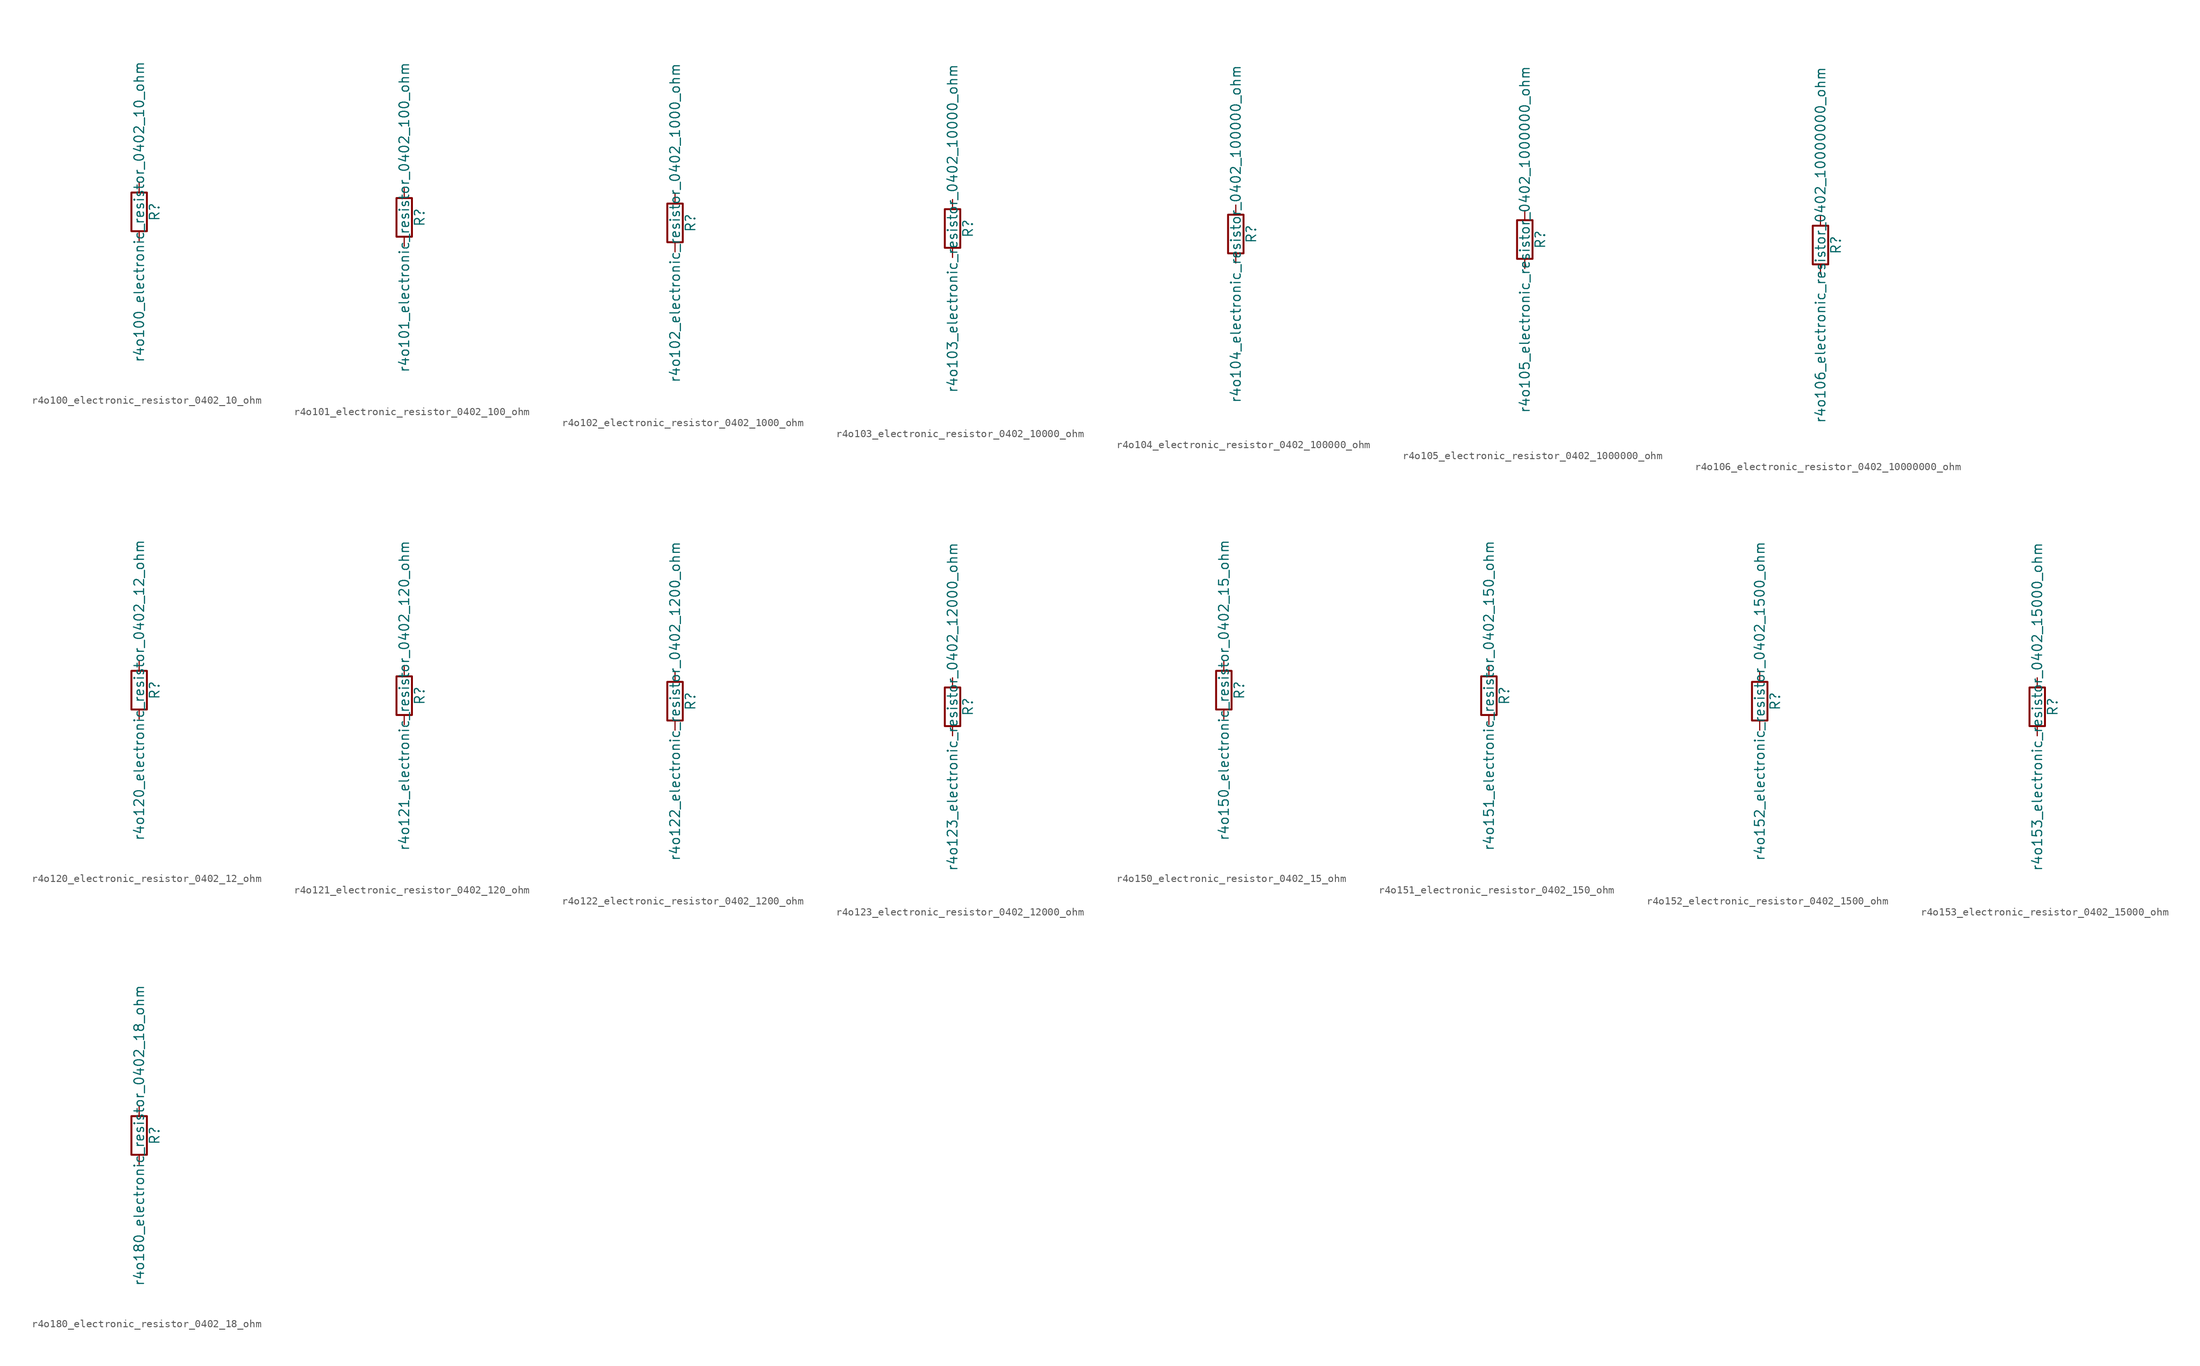
<source format=kicad_sym>
(kicad_symbol_lib
  (version 20220914)
  (generator kicad_symbol_editor)
  (symbol "r4o100_electronic_resistor_0402_10_ohm"
    (pin_numbers hide)
    (pin_names
      (offset 0))
    (property "Reference" "R"
      (at 2.032 0 90)
      (effects (font (size 1.27 1.27))))
    (property "Value" "r4o100_electronic_resistor_0402_10_ohm"
      (at 0 0 90)
      (effects (font (size 1.27 1.27))))
    (symbol "r4o100_electronic_resistor_0402_10_ohm_0_1"
      (rectangle (start -1.016 -2.54) (end 1.016 2.54) (stroke (width 0.254) (type default)) (fill (type none))))
    (symbol "r4o100_electronic_resistor_0402_10_ohm_1_1"
      (pin passive line (at 0 3.81 270) (length 1.27) (name "~" (effects (font (size 1.27 1.27)))) (number "1" (effects (font (size 1.27 1.27)))))
      (pin passive line (at 0 -3.81 90) (length 1.27) (name "~" (effects (font (size 1.27 1.27)))) (number "2" (effects (font (size 1.27 1.27)))))))
  (symbol "r4o101_electronic_resistor_0402_100_ohm"
    (pin_numbers hide)
    (pin_names
      (offset 0))
    (property "Reference" "R"
      (at 2.032 0 90)
      (effects (font (size 1.27 1.27))))
    (property "Value" "r4o101_electronic_resistor_0402_100_ohm"
      (at 0 0 90)
      (effects (font (size 1.27 1.27))))
    (symbol "r4o101_electronic_resistor_0402_100_ohm_0_1"
      (rectangle (start -1.016 -2.54) (end 1.016 2.54) (stroke (width 0.254) (type default)) (fill (type none))))
    (symbol "r4o101_electronic_resistor_0402_100_ohm_1_1"
      (pin passive line (at 0 3.81 270) (length 1.27) (name "~" (effects (font (size 1.27 1.27)))) (number "1" (effects (font (size 1.27 1.27)))))
      (pin passive line (at 0 -3.81 90) (length 1.27) (name "~" (effects (font (size 1.27 1.27)))) (number "2" (effects (font (size 1.27 1.27)))))))
  (symbol "r4o102_electronic_resistor_0402_1000_ohm"
    (pin_numbers hide)
    (pin_names
      (offset 0))
    (property "Reference" "R"
      (at 2.032 0 90)
      (effects (font (size 1.27 1.27))))
    (property "Value" "r4o102_electronic_resistor_0402_1000_ohm"
      (at 0 0 90)
      (effects (font (size 1.27 1.27))))
    (symbol "r4o102_electronic_resistor_0402_1000_ohm_0_1"
      (rectangle (start -1.016 -2.54) (end 1.016 2.54) (stroke (width 0.254) (type default)) (fill (type none))))
    (symbol "r4o102_electronic_resistor_0402_1000_ohm_1_1"
      (pin passive line (at 0 3.81 270) (length 1.27) (name "~" (effects (font (size 1.27 1.27)))) (number "1" (effects (font (size 1.27 1.27)))))
      (pin passive line (at 0 -3.81 90) (length 1.27) (name "~" (effects (font (size 1.27 1.27)))) (number "2" (effects (font (size 1.27 1.27)))))))
  (symbol "r4o103_electronic_resistor_0402_10000_ohm"
    (pin_numbers hide)
    (pin_names
      (offset 0))
    (property "Reference" "R"
      (at 2.032 0 90)
      (effects (font (size 1.27 1.27))))
    (property "Value" "r4o103_electronic_resistor_0402_10000_ohm"
      (at 0 0 90)
      (effects (font (size 1.27 1.27))))
    (symbol "r4o103_electronic_resistor_0402_10000_ohm_0_1"
      (rectangle (start -1.016 -2.54) (end 1.016 2.54) (stroke (width 0.254) (type default)) (fill (type none))))
    (symbol "r4o103_electronic_resistor_0402_10000_ohm_1_1"
      (pin passive line (at 0 3.81 270) (length 1.27) (name "~" (effects (font (size 1.27 1.27)))) (number "1" (effects (font (size 1.27 1.27)))))
      (pin passive line (at 0 -3.81 90) (length 1.27) (name "~" (effects (font (size 1.27 1.27)))) (number "2" (effects (font (size 1.27 1.27)))))))
  (symbol "r4o104_electronic_resistor_0402_100000_ohm"
    (pin_numbers hide)
    (pin_names
      (offset 0))
    (property "Reference" "R"
      (at 2.032 0 90)
      (effects (font (size 1.27 1.27))))
    (property "Value" "r4o104_electronic_resistor_0402_100000_ohm"
      (at 0 0 90)
      (effects (font (size 1.27 1.27))))
    (symbol "r4o104_electronic_resistor_0402_100000_ohm_0_1"
      (rectangle (start -1.016 -2.54) (end 1.016 2.54) (stroke (width 0.254) (type default)) (fill (type none))))
    (symbol "r4o104_electronic_resistor_0402_100000_ohm_1_1"
      (pin passive line (at 0 3.81 270) (length 1.27) (name "~" (effects (font (size 1.27 1.27)))) (number "1" (effects (font (size 1.27 1.27)))))
      (pin passive line (at 0 -3.81 90) (length 1.27) (name "~" (effects (font (size 1.27 1.27)))) (number "2" (effects (font (size 1.27 1.27)))))))
  (symbol "r4o105_electronic_resistor_0402_1000000_ohm"
    (pin_numbers hide)
    (pin_names
      (offset 0))
    (property "Reference" "R"
      (at 2.032 0 90)
      (effects (font (size 1.27 1.27))))
    (property "Value" "r4o105_electronic_resistor_0402_1000000_ohm"
      (at 0 0 90)
      (effects (font (size 1.27 1.27))))
    (symbol "r4o105_electronic_resistor_0402_1000000_ohm_0_1"
      (rectangle (start -1.016 -2.54) (end 1.016 2.54) (stroke (width 0.254) (type default)) (fill (type none))))
    (symbol "r4o105_electronic_resistor_0402_1000000_ohm_1_1"
      (pin passive line (at 0 3.81 270) (length 1.27) (name "~" (effects (font (size 1.27 1.27)))) (number "1" (effects (font (size 1.27 1.27)))))
      (pin passive line (at 0 -3.81 90) (length 1.27) (name "~" (effects (font (size 1.27 1.27)))) (number "2" (effects (font (size 1.27 1.27)))))))
  (symbol "r4o106_electronic_resistor_0402_10000000_ohm"
    (pin_numbers hide)
    (pin_names
      (offset 0))
    (property "Reference" "R"
      (at 2.032 0 90)
      (effects (font (size 1.27 1.27))))
    (property "Value" "r4o106_electronic_resistor_0402_10000000_ohm"
      (at 0 0 90)
      (effects (font (size 1.27 1.27))))
    (symbol "r4o106_electronic_resistor_0402_10000000_ohm_0_1"
      (rectangle (start -1.016 -2.54) (end 1.016 2.54) (stroke (width 0.254) (type default)) (fill (type none))))
    (symbol "r4o106_electronic_resistor_0402_10000000_ohm_1_1"
      (pin passive line (at 0 3.81 270) (length 1.27) (name "~" (effects (font (size 1.27 1.27)))) (number "1" (effects (font (size 1.27 1.27)))))
      (pin passive line (at 0 -3.81 90) (length 1.27) (name "~" (effects (font (size 1.27 1.27)))) (number "2" (effects (font (size 1.27 1.27)))))))
  (symbol "r4o120_electronic_resistor_0402_12_ohm"
    (pin_numbers hide)
    (pin_names
      (offset 0))
    (property "Reference" "R"
      (at 2.032 0 90)
      (effects (font (size 1.27 1.27))))
    (property "Value" "r4o120_electronic_resistor_0402_12_ohm"
      (at 0 0 90)
      (effects (font (size 1.27 1.27))))
    (symbol "r4o120_electronic_resistor_0402_12_ohm_0_1"
      (rectangle (start -1.016 -2.54) (end 1.016 2.54) (stroke (width 0.254) (type default)) (fill (type none))))
    (symbol "r4o120_electronic_resistor_0402_12_ohm_1_1"
      (pin passive line (at 0 3.81 270) (length 1.27) (name "~" (effects (font (size 1.27 1.27)))) (number "1" (effects (font (size 1.27 1.27)))))
      (pin passive line (at 0 -3.81 90) (length 1.27) (name "~" (effects (font (size 1.27 1.27)))) (number "2" (effects (font (size 1.27 1.27)))))))
  (symbol "r4o121_electronic_resistor_0402_120_ohm"
    (pin_numbers hide)
    (pin_names
      (offset 0))
    (property "Reference" "R"
      (at 2.032 0 90)
      (effects (font (size 1.27 1.27))))
    (property "Value" "r4o121_electronic_resistor_0402_120_ohm"
      (at 0 0 90)
      (effects (font (size 1.27 1.27))))
    (symbol "r4o121_electronic_resistor_0402_120_ohm_0_1"
      (rectangle (start -1.016 -2.54) (end 1.016 2.54) (stroke (width 0.254) (type default)) (fill (type none))))
    (symbol "r4o121_electronic_resistor_0402_120_ohm_1_1"
      (pin passive line (at 0 3.81 270) (length 1.27) (name "~" (effects (font (size 1.27 1.27)))) (number "1" (effects (font (size 1.27 1.27)))))
      (pin passive line (at 0 -3.81 90) (length 1.27) (name "~" (effects (font (size 1.27 1.27)))) (number "2" (effects (font (size 1.27 1.27)))))))
  (symbol "r4o122_electronic_resistor_0402_1200_ohm"
    (pin_numbers hide)
    (pin_names
      (offset 0))
    (property "Reference" "R"
      (at 2.032 0 90)
      (effects (font (size 1.27 1.27))))
    (property "Value" "r4o122_electronic_resistor_0402_1200_ohm"
      (at 0 0 90)
      (effects (font (size 1.27 1.27))))
    (symbol "r4o122_electronic_resistor_0402_1200_ohm_0_1"
      (rectangle (start -1.016 -2.54) (end 1.016 2.54) (stroke (width 0.254) (type default)) (fill (type none))))
    (symbol "r4o122_electronic_resistor_0402_1200_ohm_1_1"
      (pin passive line (at 0 3.81 270) (length 1.27) (name "~" (effects (font (size 1.27 1.27)))) (number "1" (effects (font (size 1.27 1.27)))))
      (pin passive line (at 0 -3.81 90) (length 1.27) (name "~" (effects (font (size 1.27 1.27)))) (number "2" (effects (font (size 1.27 1.27)))))))
  (symbol "r4o123_electronic_resistor_0402_12000_ohm"
    (pin_numbers hide)
    (pin_names
      (offset 0))
    (property "Reference" "R"
      (at 2.032 0 90)
      (effects (font (size 1.27 1.27))))
    (property "Value" "r4o123_electronic_resistor_0402_12000_ohm"
      (at 0 0 90)
      (effects (font (size 1.27 1.27))))
    (symbol "r4o123_electronic_resistor_0402_12000_ohm_0_1"
      (rectangle (start -1.016 -2.54) (end 1.016 2.54) (stroke (width 0.254) (type default)) (fill (type none))))
    (symbol "r4o123_electronic_resistor_0402_12000_ohm_1_1"
      (pin passive line (at 0 3.81 270) (length 1.27) (name "~" (effects (font (size 1.27 1.27)))) (number "1" (effects (font (size 1.27 1.27)))))
      (pin passive line (at 0 -3.81 90) (length 1.27) (name "~" (effects (font (size 1.27 1.27)))) (number "2" (effects (font (size 1.27 1.27)))))))
  (symbol "r4o150_electronic_resistor_0402_15_ohm"
    (pin_numbers hide)
    (pin_names
      (offset 0))
    (property "Reference" "R"
      (at 2.032 0 90)
      (effects (font (size 1.27 1.27))))
    (property "Value" "r4o150_electronic_resistor_0402_15_ohm"
      (at 0 0 90)
      (effects (font (size 1.27 1.27))))
    (symbol "r4o150_electronic_resistor_0402_15_ohm_0_1"
      (rectangle (start -1.016 -2.54) (end 1.016 2.54) (stroke (width 0.254) (type default)) (fill (type none))))
    (symbol "r4o150_electronic_resistor_0402_15_ohm_1_1"
      (pin passive line (at 0 3.81 270) (length 1.27) (name "~" (effects (font (size 1.27 1.27)))) (number "1" (effects (font (size 1.27 1.27)))))
      (pin passive line (at 0 -3.81 90) (length 1.27) (name "~" (effects (font (size 1.27 1.27)))) (number "2" (effects (font (size 1.27 1.27)))))))
  (symbol "r4o151_electronic_resistor_0402_150_ohm"
    (pin_numbers hide)
    (pin_names
      (offset 0))
    (property "Reference" "R"
      (at 2.032 0 90)
      (effects (font (size 1.27 1.27))))
    (property "Value" "r4o151_electronic_resistor_0402_150_ohm"
      (at 0 0 90)
      (effects (font (size 1.27 1.27))))
    (symbol "r4o151_electronic_resistor_0402_150_ohm_0_1"
      (rectangle (start -1.016 -2.54) (end 1.016 2.54) (stroke (width 0.254) (type default)) (fill (type none))))
    (symbol "r4o151_electronic_resistor_0402_150_ohm_1_1"
      (pin passive line (at 0 3.81 270) (length 1.27) (name "~" (effects (font (size 1.27 1.27)))) (number "1" (effects (font (size 1.27 1.27)))))
      (pin passive line (at 0 -3.81 90) (length 1.27) (name "~" (effects (font (size 1.27 1.27)))) (number "2" (effects (font (size 1.27 1.27)))))))
  (symbol "r4o152_electronic_resistor_0402_1500_ohm"
    (pin_numbers hide)
    (pin_names
      (offset 0))
    (property "Reference" "R"
      (at 2.032 0 90)
      (effects (font (size 1.27 1.27))))
    (property "Value" "r4o152_electronic_resistor_0402_1500_ohm"
      (at 0 0 90)
      (effects (font (size 1.27 1.27))))
    (symbol "r4o152_electronic_resistor_0402_1500_ohm_0_1"
      (rectangle (start -1.016 -2.54) (end 1.016 2.54) (stroke (width 0.254) (type default)) (fill (type none))))
    (symbol "r4o152_electronic_resistor_0402_1500_ohm_1_1"
      (pin passive line (at 0 3.81 270) (length 1.27) (name "~" (effects (font (size 1.27 1.27)))) (number "1" (effects (font (size 1.27 1.27)))))
      (pin passive line (at 0 -3.81 90) (length 1.27) (name "~" (effects (font (size 1.27 1.27)))) (number "2" (effects (font (size 1.27 1.27)))))))
  (symbol "r4o153_electronic_resistor_0402_15000_ohm"
    (pin_numbers hide)
    (pin_names
      (offset 0))
    (property "Reference" "R"
      (at 2.032 0 90)
      (effects (font (size 1.27 1.27))))
    (property "Value" "r4o153_electronic_resistor_0402_15000_ohm"
      (at 0 0 90)
      (effects (font (size 1.27 1.27))))
    (symbol "r4o153_electronic_resistor_0402_15000_ohm_0_1"
      (rectangle (start -1.016 -2.54) (end 1.016 2.54) (stroke (width 0.254) (type default)) (fill (type none))))
    (symbol "r4o153_electronic_resistor_0402_15000_ohm_1_1"
      (pin passive line (at 0 3.81 270) (length 1.27) (name "~" (effects (font (size 1.27 1.27)))) (number "1" (effects (font (size 1.27 1.27)))))
      (pin passive line (at 0 -3.81 90) (length 1.27) (name "~" (effects (font (size 1.27 1.27)))) (number "2" (effects (font (size 1.27 1.27)))))))
  (symbol "r4o180_electronic_resistor_0402_18_ohm"
    (pin_numbers hide)
    (pin_names
      (offset 0))
    (property "Reference" "R"
      (at 2.032 0 90)
      (effects (font (size 1.27 1.27))))
    (property "Value" "r4o180_electronic_resistor_0402_18_ohm"
      (at 0 0 90)
      (effects (font (size 1.27 1.27))))
    (symbol "r4o180_electronic_resistor_0402_18_ohm_0_1"
      (rectangle (start -1.016 -2.54) (end 1.016 2.54) (stroke (width 0.254) (type default)) (fill (type none))))
    (symbol "r4o180_electronic_resistor_0402_18_ohm_1_1"
      (pin passive line (at 0 3.81 270) (length 1.27) (name "~" (effects (font (size 1.27 1.27)))) (number "1" (effects (font (size 1.27 1.27)))))
      (pin passive line (at 0 -3.81 90) (length 1.27) (name "~" (effects (font (size 1.27 1.27)))) (number "2" (effects (font (size 1.27 1.27))))))))
</source>
